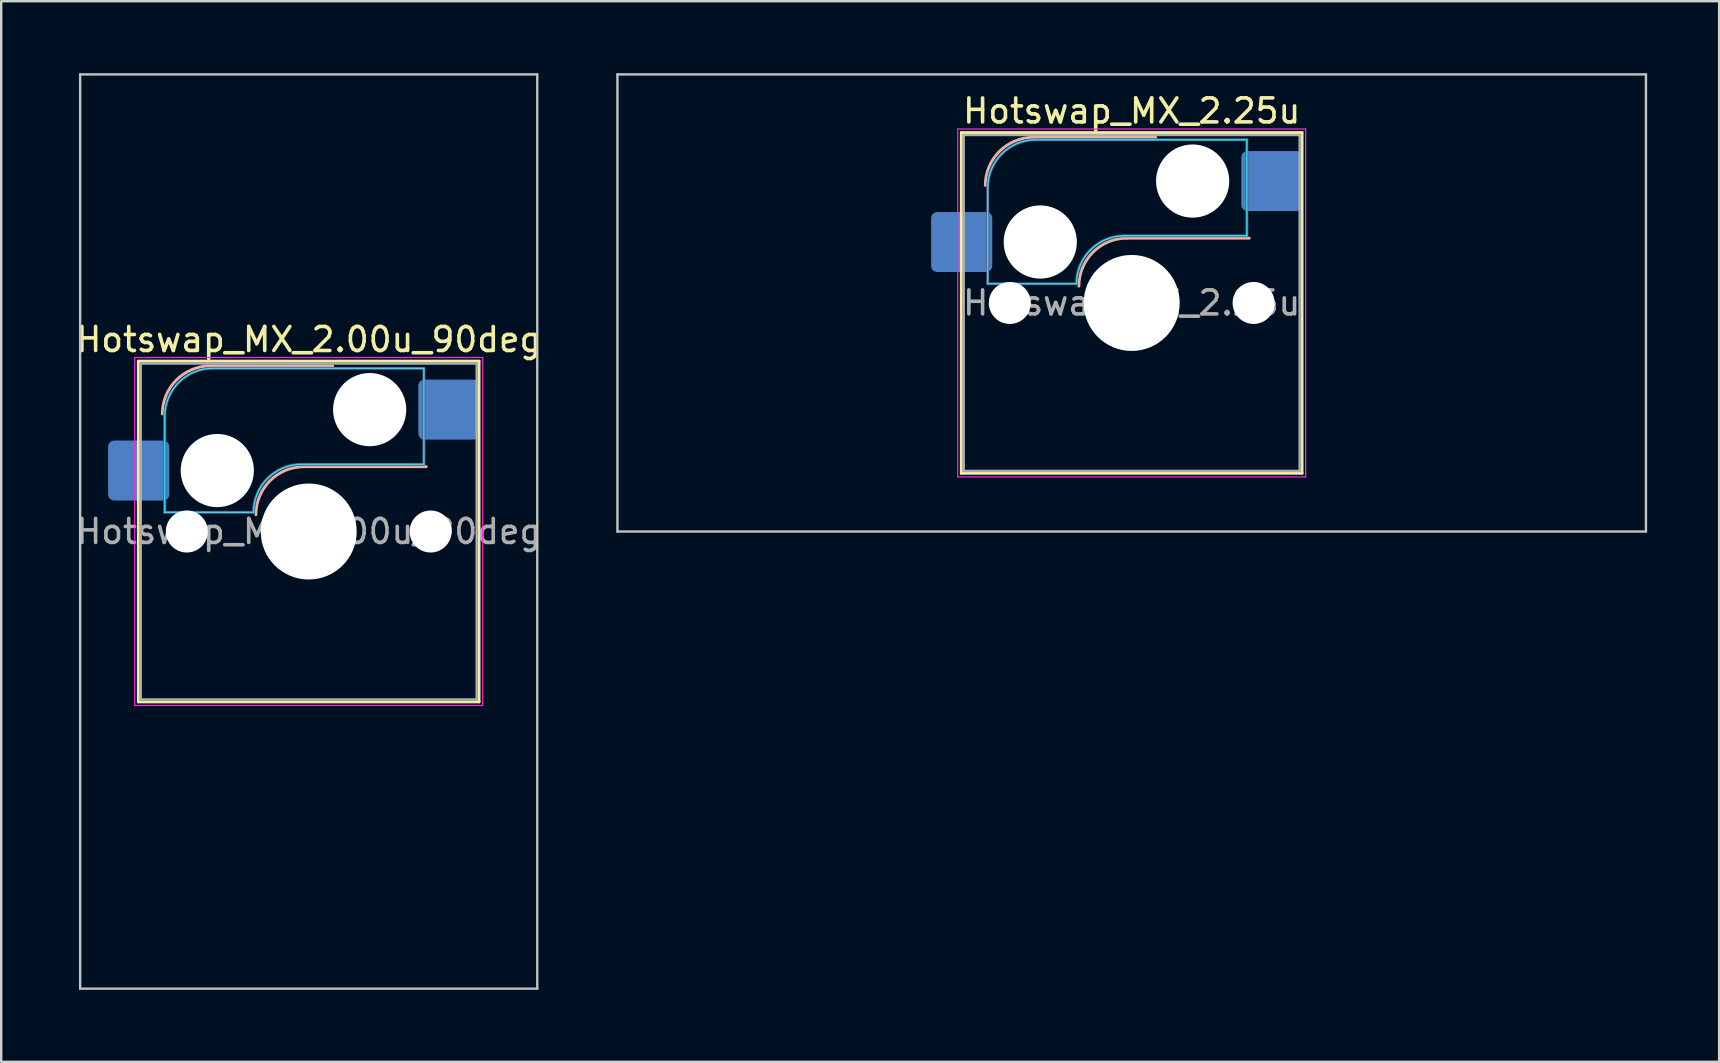
<source format=kicad_pcb>
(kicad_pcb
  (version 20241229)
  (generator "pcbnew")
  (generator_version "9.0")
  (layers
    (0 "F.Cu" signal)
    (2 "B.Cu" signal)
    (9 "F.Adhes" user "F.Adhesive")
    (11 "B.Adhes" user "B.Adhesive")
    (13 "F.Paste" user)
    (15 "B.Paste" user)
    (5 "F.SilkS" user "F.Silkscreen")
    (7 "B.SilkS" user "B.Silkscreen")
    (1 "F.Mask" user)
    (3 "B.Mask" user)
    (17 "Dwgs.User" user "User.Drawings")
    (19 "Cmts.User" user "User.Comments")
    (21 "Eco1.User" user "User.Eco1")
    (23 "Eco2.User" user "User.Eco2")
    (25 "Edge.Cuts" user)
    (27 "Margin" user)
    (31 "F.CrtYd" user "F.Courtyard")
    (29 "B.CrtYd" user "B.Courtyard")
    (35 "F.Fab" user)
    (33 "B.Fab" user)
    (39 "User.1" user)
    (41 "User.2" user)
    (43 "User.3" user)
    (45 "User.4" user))
  (footprint "Hotswap_MX_2.00u_90deg"
    (layer "F.Cu")
    (at 9.815 19.1)
    (property "Reference" "Hotswap_MX_2.00u_90deg" (at 0 -8 0) (layer "F.SilkS") (effects (font (size 1 1) (thickness 0.15))))
    (attr smd)
    (fp_line (start -7.1 -7.1) (end -7.1 7.1) (stroke (width 0.12) (type solid)) (layer "F.SilkS"))
    (fp_line (start -7.1 7.1) (end 7.1 7.1) (stroke (width 0.12) (type solid)) (layer "F.SilkS"))
    (fp_line (start 7.1 -7.1) (end -7.1 -7.1) (stroke (width 0.12) (type solid)) (layer "F.SilkS"))
    (fp_line (start 7.1 7.1) (end 7.1 -7.1) (stroke (width 0.12) (type solid)) (layer "F.SilkS"))
    (fp_line (start -4.1 -6.9) (end 1 -6.9) (stroke (width 0.12) (type solid)) (layer "B.SilkS"))
    (fp_line (start -0.2 -2.7) (end 4.9 -2.7) (stroke (width 0.12) (type solid)) (layer "B.SilkS"))
    (fp_arc (start -6.1 -4.9) (mid -5.514214 -6.314214) (end -4.1 -6.9) (stroke (width 0.12) (type solid)) (layer "B.SilkS"))
    (fp_arc (start -2.2 -0.7) (mid -1.614214 -2.114214) (end -0.2 -2.7) (stroke (width 0.12) (type solid)) (layer "B.SilkS"))
    (fp_line (start -9.525 -19.05) (end 9.525 -19.05) (stroke (width 0.1) (type solid)) (layer "Dwgs.User"))
    (fp_line (start -9.525 19.05) (end -9.525 -19.05) (stroke (width 0.1) (type solid)) (layer "Dwgs.User"))
    (fp_line (start 9.525 -19.05) (end 9.525 19.05) (stroke (width 0.1) (type solid)) (layer "Dwgs.User"))
    (fp_line (start 9.525 19.05) (end -9.525 19.05) (stroke (width 0.1) (type solid)) (layer "Dwgs.User"))
    (fp_line (start -7.8 -6) (end -7 -6) (stroke (width 0.1) (type solid)) (layer "Eco1.User"))
    (fp_line (start -7.8 -2.9) (end -7.8 -6) (stroke (width 0.1) (type solid)) (layer "Eco1.User"))
    (fp_line (start -7.8 2.9) (end -7 2.9) (stroke (width 0.1) (type solid)) (layer "Eco1.User"))
    (fp_line (start -7.8 6) (end -7.8 2.9) (stroke (width 0.1) (type solid)) (layer "Eco1.User"))
    (fp_line (start -7 -7) (end 7 -7) (stroke (width 0.1) (type solid)) (layer "Eco1.User"))
    (fp_line (start -7 -6) (end -7 -7) (stroke (width 0.1) (type solid)) (layer "Eco1.User"))
    (fp_line (start -7 -2.9) (end -7.8 -2.9) (stroke (width 0.1) (type solid)) (layer "Eco1.User"))
    (fp_line (start -7 2.9) (end -7 -2.9) (stroke (width 0.1) (type solid)) (layer "Eco1.User"))
    (fp_line (start -7 6) (end -7.8 6) (stroke (width 0.1) (type solid)) (layer "Eco1.User"))
    (fp_line (start -7 7) (end -7 6) (stroke (width 0.1) (type solid)) (layer "Eco1.User"))
    (fp_line (start 7 -7) (end 7 -6) (stroke (width 0.1) (type solid)) (layer "Eco1.User"))
    (fp_line (start 7 -6) (end 7.8 -6) (stroke (width 0.1) (type solid)) (layer "Eco1.User"))
    (fp_line (start 7 -2.9) (end 7 2.9) (stroke (width 0.1) (type solid)) (layer "Eco1.User"))
    (fp_line (start 7 2.9) (end 7.8 2.9) (stroke (width 0.1) (type solid)) (layer "Eco1.User"))
    (fp_line (start 7 6) (end 7 7) (stroke (width 0.1) (type solid)) (layer "Eco1.User"))
    (fp_line (start 7 7) (end -7 7) (stroke (width 0.1) (type solid)) (layer "Eco1.User"))
    (fp_line (start 7.8 -6) (end 7.8 -2.9) (stroke (width 0.1) (type solid)) (layer "Eco1.User"))
    (fp_line (start 7.8 -2.9) (end 7 -2.9) (stroke (width 0.1) (type solid)) (layer "Eco1.User"))
    (fp_line (start 7.8 2.9) (end 7.8 6) (stroke (width 0.1) (type solid)) (layer "Eco1.User"))
    (fp_line (start 7.8 6) (end 7 6) (stroke (width 0.1) (type solid)) (layer "Eco1.User"))
    (fp_line (start -6 -0.8) (end -6 -4.8) (stroke (width 0.05) (type solid)) (layer "B.CrtYd"))
    (fp_line (start -6 -0.8) (end -2.3 -0.8) (stroke (width 0.05) (type solid)) (layer "B.CrtYd"))
    (fp_line (start -4 -6.8) (end 4.8 -6.8) (stroke (width 0.05) (type solid)) (layer "B.CrtYd"))
    (fp_line (start -0.3 -2.8) (end 4.8 -2.8) (stroke (width 0.05) (type solid)) (layer "B.CrtYd"))
    (fp_line (start 4.8 -6.8) (end 4.8 -2.8) (stroke (width 0.05) (type solid)) (layer "B.CrtYd"))
    (fp_arc (start -6 -4.8) (mid -5.414214 -6.214214) (end -4 -6.8) (stroke (width 0.05) (type solid)) (layer "B.CrtYd"))
    (fp_arc (start -2.3 -0.8) (mid -1.714214 -2.214214) (end -0.3 -2.8) (stroke (width 0.05) (type solid)) (layer "B.CrtYd"))
    (fp_line (start -7.25 -7.25) (end -7.25 7.25) (stroke (width 0.05) (type solid)) (layer "F.CrtYd"))
    (fp_line (start -7.25 7.25) (end 7.25 7.25) (stroke (width 0.05) (type solid)) (layer "F.CrtYd"))
    (fp_line (start 7.25 -7.25) (end -7.25 -7.25) (stroke (width 0.05) (type solid)) (layer "F.CrtYd"))
    (fp_line (start 7.25 7.25) (end 7.25 -7.25) (stroke (width 0.05) (type solid)) (layer "F.CrtYd"))
    (fp_line (start -6 -0.8) (end -6 -4.8) (stroke (width 0.12) (type solid)) (layer "B.Fab"))
    (fp_line (start -6 -0.8) (end -2.3 -0.8) (stroke (width 0.12) (type solid)) (layer "B.Fab"))
    (fp_line (start -4 -6.8) (end 4.8 -6.8) (stroke (width 0.12) (type solid)) (layer "B.Fab"))
    (fp_line (start -0.3 -2.8) (end 4.8 -2.8) (stroke (width 0.12) (type solid)) (layer "B.Fab"))
    (fp_line (start 4.8 -6.8) (end 4.8 -2.8) (stroke (width 0.12) (type solid)) (layer "B.Fab"))
    (fp_arc (start -6 -4.8) (mid -5.414214 -6.214214) (end -4 -6.8) (stroke (width 0.12) (type solid)) (layer "B.Fab"))
    (fp_arc (start -2.3 -0.8) (mid -1.714214 -2.214214) (end -0.3 -2.8) (stroke (width 0.12) (type solid)) (layer "B.Fab"))
    (fp_line (start -7 -7) (end -7 7) (stroke (width 0.1) (type solid)) (layer "F.Fab"))
    (fp_line (start -7 7) (end 7 7) (stroke (width 0.1) (type solid)) (layer "F.Fab"))
    (fp_line (start 7 -7) (end -7 -7) (stroke (width 0.1) (type solid)) (layer "F.Fab"))
    (fp_line (start 7 7) (end 7 -7) (stroke (width 0.1) (type solid)) (layer "F.Fab"))
    (fp_text user "${REFERENCE}" (at 0 0 0) (layer "F.Fab") (effects (font (size 1 1) (thickness 0.15))))
    (pad "" np_thru_hole circle (at -5.08 0) (size 1.75 1.75) (drill 1.75) (layers "*.Cu" "*.Mask"))
    (pad "" np_thru_hole circle (at -3.81 -2.54) (size 3.05 3.05) (drill 3.05) (layers "*.Cu" "*.Mask"))
    (pad "" np_thru_hole circle (at 0 0) (size 4 4) (drill 4) (layers "*.Cu" "*.Mask"))
    (pad "" np_thru_hole circle (at 2.54 -5.08) (size 3.05 3.05) (drill 3.05) (layers "*.Cu" "*.Mask"))
    (pad "" np_thru_hole circle (at 5.08 0) (size 1.75 1.75) (drill 1.75) (layers "*.Cu" "*.Mask"))
    (pad "1" smd roundrect (at -7.085 -2.54) (size 2.55 2.5) (layers "B.Cu" "B.Mask" "B.Paste") (roundrect_rratio 0.1))
    (pad "2" smd roundrect (at 5.842 -5.08) (size 2.55 2.5) (layers "B.Cu" "B.Mask" "B.Paste") (roundrect_rratio 0.1)))
  (footprint "Hotswap_MX_2.25u"
    (layer "F.Cu")
    (at 44.112 9.575)
    (property "Reference" "Hotswap_MX_2.25u" (at 0 -8 0) (layer "F.SilkS") (effects (font (size 1 1) (thickness 0.15))))
    (attr smd)
    (fp_line (start -7.1 -7.1) (end -7.1 7.1) (stroke (width 0.12) (type solid)) (layer "F.SilkS"))
    (fp_line (start -7.1 7.1) (end 7.1 7.1) (stroke (width 0.12) (type solid)) (layer "F.SilkS"))
    (fp_line (start 7.1 -7.1) (end -7.1 -7.1) (stroke (width 0.12) (type solid)) (layer "F.SilkS"))
    (fp_line (start 7.1 7.1) (end 7.1 -7.1) (stroke (width 0.12) (type solid)) (layer "F.SilkS"))
    (fp_line (start -4.1 -6.9) (end 1 -6.9) (stroke (width 0.12) (type solid)) (layer "B.SilkS"))
    (fp_line (start -0.2 -2.7) (end 4.9 -2.7) (stroke (width 0.12) (type solid)) (layer "B.SilkS"))
    (fp_arc (start -6.1 -4.9) (mid -5.514214 -6.314214) (end -4.1 -6.9) (stroke (width 0.12) (type solid)) (layer "B.SilkS"))
    (fp_arc (start -2.2 -0.7) (mid -1.614214 -2.114214) (end -0.2 -2.7) (stroke (width 0.12) (type solid)) (layer "B.SilkS"))
    (fp_line (start -21.431 -9.525) (end -21.431 9.525) (stroke (width 0.1) (type solid)) (layer "Dwgs.User"))
    (fp_line (start -21.431 9.525) (end 21.431 9.525) (stroke (width 0.1) (type solid)) (layer "Dwgs.User"))
    (fp_line (start 21.431 -9.525) (end -21.431 -9.525) (stroke (width 0.1) (type solid)) (layer "Dwgs.User"))
    (fp_line (start 21.431 9.525) (end 21.431 -9.525) (stroke (width 0.1) (type solid)) (layer "Dwgs.User"))
    (fp_line (start -7.8 -6) (end -7 -6) (stroke (width 0.1) (type solid)) (layer "Eco1.User"))
    (fp_line (start -7.8 -2.9) (end -7.8 -6) (stroke (width 0.1) (type solid)) (layer "Eco1.User"))
    (fp_line (start -7.8 2.9) (end -7 2.9) (stroke (width 0.1) (type solid)) (layer "Eco1.User"))
    (fp_line (start -7.8 6) (end -7.8 2.9) (stroke (width 0.1) (type solid)) (layer "Eco1.User"))
    (fp_line (start -7 -7) (end 7 -7) (stroke (width 0.1) (type solid)) (layer "Eco1.User"))
    (fp_line (start -7 -6) (end -7 -7) (stroke (width 0.1) (type solid)) (layer "Eco1.User"))
    (fp_line (start -7 -2.9) (end -7.8 -2.9) (stroke (width 0.1) (type solid)) (layer "Eco1.User"))
    (fp_line (start -7 2.9) (end -7 -2.9) (stroke (width 0.1) (type solid)) (layer "Eco1.User"))
    (fp_line (start -7 6) (end -7.8 6) (stroke (width 0.1) (type solid)) (layer "Eco1.User"))
    (fp_line (start -7 7) (end -7 6) (stroke (width 0.1) (type solid)) (layer "Eco1.User"))
    (fp_line (start 7 -7) (end 7 -6) (stroke (width 0.1) (type solid)) (layer "Eco1.User"))
    (fp_line (start 7 -6) (end 7.8 -6) (stroke (width 0.1) (type solid)) (layer "Eco1.User"))
    (fp_line (start 7 -2.9) (end 7 2.9) (stroke (width 0.1) (type solid)) (layer "Eco1.User"))
    (fp_line (start 7 2.9) (end 7.8 2.9) (stroke (width 0.1) (type solid)) (layer "Eco1.User"))
    (fp_line (start 7 6) (end 7 7) (stroke (width 0.1) (type solid)) (layer "Eco1.User"))
    (fp_line (start 7 7) (end -7 7) (stroke (width 0.1) (type solid)) (layer "Eco1.User"))
    (fp_line (start 7.8 -6) (end 7.8 -2.9) (stroke (width 0.1) (type solid)) (layer "Eco1.User"))
    (fp_line (start 7.8 -2.9) (end 7 -2.9) (stroke (width 0.1) (type solid)) (layer "Eco1.User"))
    (fp_line (start 7.8 2.9) (end 7.8 6) (stroke (width 0.1) (type solid)) (layer "Eco1.User"))
    (fp_line (start 7.8 6) (end 7 6) (stroke (width 0.1) (type solid)) (layer "Eco1.User"))
    (fp_line (start -6 -0.8) (end -6 -4.8) (stroke (width 0.05) (type solid)) (layer "B.CrtYd"))
    (fp_line (start -6 -0.8) (end -2.3 -0.8) (stroke (width 0.05) (type solid)) (layer "B.CrtYd"))
    (fp_line (start -4 -6.8) (end 4.8 -6.8) (stroke (width 0.05) (type solid)) (layer "B.CrtYd"))
    (fp_line (start -0.3 -2.8) (end 4.8 -2.8) (stroke (width 0.05) (type solid)) (layer "B.CrtYd"))
    (fp_line (start 4.8 -6.8) (end 4.8 -2.8) (stroke (width 0.05) (type solid)) (layer "B.CrtYd"))
    (fp_arc (start -6 -4.8) (mid -5.414214 -6.214214) (end -4 -6.8) (stroke (width 0.05) (type solid)) (layer "B.CrtYd"))
    (fp_arc (start -2.3 -0.8) (mid -1.714214 -2.214214) (end -0.3 -2.8) (stroke (width 0.05) (type solid)) (layer "B.CrtYd"))
    (fp_line (start -7.25 -7.25) (end -7.25 7.25) (stroke (width 0.05) (type solid)) (layer "F.CrtYd"))
    (fp_line (start -7.25 7.25) (end 7.25 7.25) (stroke (width 0.05) (type solid)) (layer "F.CrtYd"))
    (fp_line (start 7.25 -7.25) (end -7.25 -7.25) (stroke (width 0.05) (type solid)) (layer "F.CrtYd"))
    (fp_line (start 7.25 7.25) (end 7.25 -7.25) (stroke (width 0.05) (type solid)) (layer "F.CrtYd"))
    (fp_line (start -6 -0.8) (end -6 -4.8) (stroke (width 0.12) (type solid)) (layer "B.Fab"))
    (fp_line (start -6 -0.8) (end -2.3 -0.8) (stroke (width 0.12) (type solid)) (layer "B.Fab"))
    (fp_line (start -4 -6.8) (end 4.8 -6.8) (stroke (width 0.12) (type solid)) (layer "B.Fab"))
    (fp_line (start -0.3 -2.8) (end 4.8 -2.8) (stroke (width 0.12) (type solid)) (layer "B.Fab"))
    (fp_line (start 4.8 -6.8) (end 4.8 -2.8) (stroke (width 0.12) (type solid)) (layer "B.Fab"))
    (fp_arc (start -6 -4.8) (mid -5.414214 -6.214214) (end -4 -6.8) (stroke (width 0.12) (type solid)) (layer "B.Fab"))
    (fp_arc (start -2.3 -0.8) (mid -1.714214 -2.214214) (end -0.3 -2.8) (stroke (width 0.12) (type solid)) (layer "B.Fab"))
    (fp_line (start -7 -7) (end -7 7) (stroke (width 0.1) (type solid)) (layer "F.Fab"))
    (fp_line (start -7 7) (end 7 7) (stroke (width 0.1) (type solid)) (layer "F.Fab"))
    (fp_line (start 7 -7) (end -7 -7) (stroke (width 0.1) (type solid)) (layer "F.Fab"))
    (fp_line (start 7 7) (end 7 -7) (stroke (width 0.1) (type solid)) (layer "F.Fab"))
    (fp_text user "${REFERENCE}" (at 0 0 0) (layer "F.Fab") (effects (font (size 1 1) (thickness 0.15))))
    (pad "" np_thru_hole circle (at -5.08 0) (size 1.75 1.75) (drill 1.75) (layers "*.Cu" "*.Mask"))
    (pad "" np_thru_hole circle (at -3.81 -2.54) (size 3.05 3.05) (drill 3.05) (layers "*.Cu" "*.Mask"))
    (pad "" np_thru_hole circle (at 0 0) (size 4 4) (drill 4) (layers "*.Cu" "*.Mask"))
    (pad "" np_thru_hole circle (at 2.54 -5.08) (size 3.05 3.05) (drill 3.05) (layers "*.Cu" "*.Mask"))
    (pad "" np_thru_hole circle (at 5.08 0) (size 1.75 1.75) (drill 1.75) (layers "*.Cu" "*.Mask"))
    (pad "1" smd roundrect (at -7.085 -2.54) (size 2.55 2.5) (layers "B.Cu" "B.Mask" "B.Paste") (roundrect_rratio 0.1))
    (pad "2" smd roundrect (at 5.842 -5.08) (size 2.55 2.5) (layers "B.Cu" "B.Mask" "B.Paste") (roundrect_rratio 0.1)))
  (gr_rect
    (start -3 -3)
    (end 68.593 41.2)
    (stroke (width 0.1) (type default))
    (fill no)
    (layer "Edge.Cuts")))
</source>
